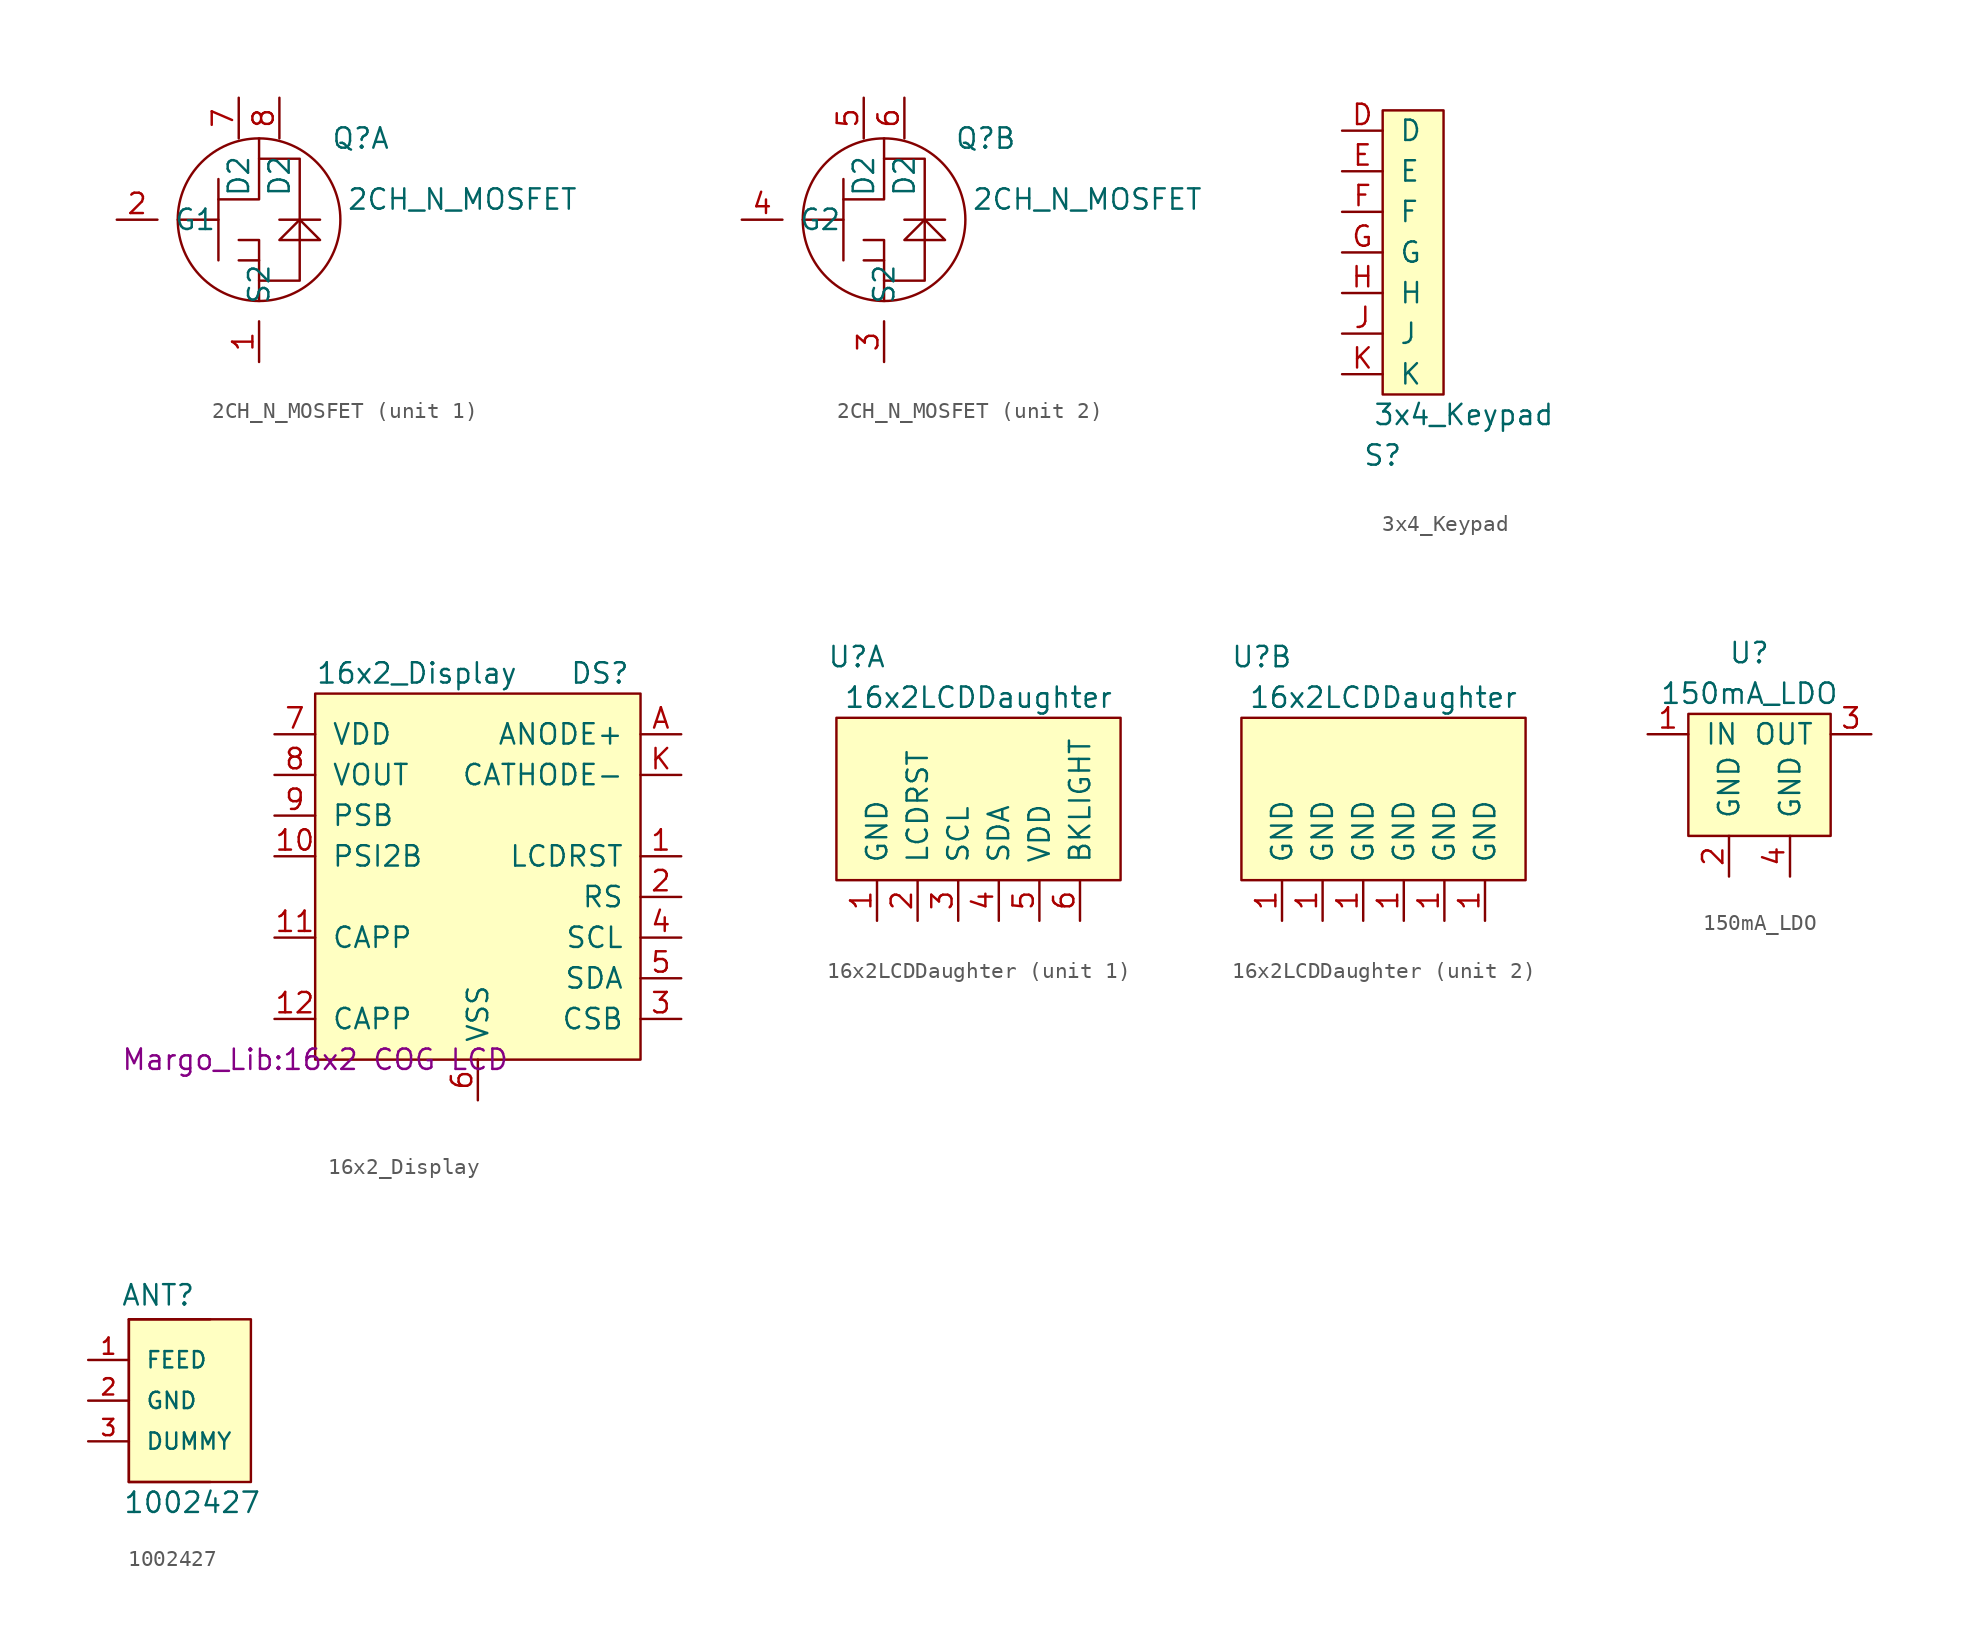
<source format=kicad_sym>
(kicad_symbol_lib
  (version 20211014)
  (generator kicad_symbol_editor)
  (symbol "2CH_N_MOSFET"
    (pin_names
      (offset 1.016))
    (property "Reference" "Q"
      (at 6.35 5.08 0)
      (effects (font (size 1.27 1.27))))
    (property "Value" "2CH_N_MOSFET"
      (at 12.7 1.27 0)
      (effects (font (size 1.27 1.27))))
    (property "ki_locked" ""
      (at 0 0 0)
      (effects (font (size 1.27 1.27))))
    (symbol "2CH_N_MOSFET_0_1"
      (polyline (pts (xy -5.08 0) (xy -2.54 0)) (stroke (width 0) (type default) (color 0 0 0 0)) (fill (type none)))
      (polyline (pts (xy -2.54 2.54) (xy -2.54 -2.54)) (stroke (width 0) (type default) (color 0 0 0 0)) (fill (type none)))
      (polyline (pts (xy 0 -2.54) (xy -1.27 -2.54)) (stroke (width 0) (type default) (color 0 0 0 0)) (fill (type none)))
      (polyline (pts (xy 1.27 0) (xy 3.81 0)) (stroke (width 0) (type default) (color 0 0 0 0)) (fill (type none)))
      (polyline (pts (xy 0 -5.08) (xy 0 -1.27) (xy -1.27 -1.27)) (stroke (width 0) (type default) (color 0 0 0 0)) (fill (type none)))
      (polyline (pts (xy 0 5.08) (xy 0 1.27) (xy -2.54 1.27)) (stroke (width 0) (type default) (color 0 0 0 0)) (fill (type none)))
      (polyline (pts (xy 0 -3.81) (xy 2.54 -3.81) (xy 2.54 3.81) (xy 0 3.81)) (stroke (width 0) (type default) (color 0 0 0 0)) (fill (type none)))
      (polyline (pts (xy 1.27 -1.27) (xy 3.81 -1.27) (xy 2.54 0) (xy 1.27 -1.27)) (stroke (width 0) (type default) (color 0 0 0 0)) (fill (type none)))
      (circle (center 0 0) (radius 5.08) (stroke (width 0) (type default) (color 0 0 0 0)) (fill (type none))))
    (symbol "2CH_N_MOSFET_1_1"
      (pin input line (at 0 -8.89 90) (length 2.54) (name "S2" (effects (font (size 1.27 1.27)))) (number "1" (effects (font (size 1.27 1.27)))))
      (pin input line (at -8.89 0 0) (length 2.54) (name "G1" (effects (font (size 1.27 1.27)))) (number "2" (effects (font (size 1.27 1.27)))))
      (pin input line (at -1.27 7.62 270) (length 2.54) (name "D2" (effects (font (size 1.27 1.27)))) (number "7" (effects (font (size 1.27 1.27)))))
      (pin input line (at 1.27 7.62 270) (length 2.54) (name "D2" (effects (font (size 1.27 1.27)))) (number "8" (effects (font (size 1.27 1.27))))))
    (symbol "2CH_N_MOSFET_2_1"
      (pin input line (at 0 -8.89 90) (length 2.54) (name "S2" (effects (font (size 1.27 1.27)))) (number "3" (effects (font (size 1.27 1.27)))))
      (pin input line (at -8.89 0 0) (length 2.54) (name "G2" (effects (font (size 1.27 1.27)))) (number "4" (effects (font (size 1.27 1.27)))))
      (pin input line (at -1.27 7.62 270) (length 2.54) (name "D2" (effects (font (size 1.27 1.27)))) (number "5" (effects (font (size 1.27 1.27)))))
      (pin input line (at 1.27 7.62 270) (length 2.54) (name "D2" (effects (font (size 1.27 1.27)))) (number "6" (effects (font (size 1.27 1.27)))))))
  (symbol "3x4_Keypad"
    (pin_names
      (offset 1.016))
    (property "Reference" "S"
      (at 0 -3.81 0)
      (effects (font (size 1.27 1.27))))
    (property "Value" "3x4_Keypad"
      (at 5.08 -1.27 0)
      (effects (font (size 1.27 1.27))))
    (symbol "3x4_Keypad_0_1"
      (rectangle (start 0 0) (end 3.81 17.78) (stroke (width 0) (type default) (color 0 0 0 0)) (fill (type background))))
    (symbol "3x4_Keypad_1_1"
      (pin output line (at -2.54 16.51 0) (length 2.54) (name "D" (effects (font (size 1.27 1.27)))) (number "D" (effects (font (size 1.27 1.27)))))
      (pin output line (at -2.54 13.97 0) (length 2.54) (name "E" (effects (font (size 1.27 1.27)))) (number "E" (effects (font (size 1.27 1.27)))))
      (pin output line (at -2.54 11.43 0) (length 2.54) (name "F" (effects (font (size 1.27 1.27)))) (number "F" (effects (font (size 1.27 1.27)))))
      (pin output line (at -2.54 8.89 0) (length 2.54) (name "G" (effects (font (size 1.27 1.27)))) (number "G" (effects (font (size 1.27 1.27)))))
      (pin output line (at -2.54 6.35 0) (length 2.54) (name "H" (effects (font (size 1.27 1.27)))) (number "H" (effects (font (size 1.27 1.27)))))
      (pin output line (at -2.54 3.81 0) (length 2.54) (name "J" (effects (font (size 1.27 1.27)))) (number "J" (effects (font (size 1.27 1.27)))))
      (pin output line (at -2.54 1.27 0) (length 2.54) (name "K" (effects (font (size 1.27 1.27)))) (number "K" (effects (font (size 1.27 1.27)))))))
  (symbol "16x2_Display"
    (pin_names
      (offset 1.016))
    (property "Reference" "DS"
      (at 17.78 24.13 0)
      (effects (font (size 1.27 1.27))))
    (property "Value" "16x2_Display"
      (at 6.35 24.13 0)
      (effects (font (size 1.27 1.27))))
    (property "Footprint" "Margo_Lib:16x2 COG LCD"
      (at 0 0 0)
      (effects (font (size 1.27 1.27))))
    (symbol "16x2_Display_0_1"
      (rectangle (start 0 0) (end 20.32 22.86) (stroke (width 0) (type default) (color 0 0 0 0)) (fill (type background))))
    (symbol "16x2_Display_1_1"
      (pin input line (at 22.86 12.7 180) (length 2.54) (name "LCDRST" (effects (font (size 1.27 1.27)))) (number "1" (effects (font (size 1.27 1.27)))))
      (pin input line (at -2.54 12.7 0) (length 2.54) (name "PSI2B" (effects (font (size 1.27 1.27)))) (number "10" (effects (font (size 1.27 1.27)))))
      (pin input line (at -2.54 7.62 0) (length 2.54) (name "CAPP" (effects (font (size 1.27 1.27)))) (number "11" (effects (font (size 1.27 1.27)))))
      (pin input line (at -2.54 2.54 0) (length 2.54) (name "CAPP" (effects (font (size 1.27 1.27)))) (number "12" (effects (font (size 1.27 1.27)))))
      (pin input line (at 22.86 10.16 180) (length 2.54) (name "RS" (effects (font (size 1.27 1.27)))) (number "2" (effects (font (size 1.27 1.27)))))
      (pin input line (at 22.86 2.54 180) (length 2.54) (name "CSB" (effects (font (size 1.27 1.27)))) (number "3" (effects (font (size 1.27 1.27)))))
      (pin input line (at 22.86 7.62 180) (length 2.54) (name "SCL" (effects (font (size 1.27 1.27)))) (number "4" (effects (font (size 1.27 1.27)))))
      (pin input line (at 22.86 5.08 180) (length 2.54) (name "SDA" (effects (font (size 1.27 1.27)))) (number "5" (effects (font (size 1.27 1.27)))))
      (pin input line (at 10.16 -2.54 90) (length 2.54) (name "VSS" (effects (font (size 1.27 1.27)))) (number "6" (effects (font (size 1.27 1.27)))))
      (pin input line (at -2.54 20.32 0) (length 2.54) (name "VDD" (effects (font (size 1.27 1.27)))) (number "7" (effects (font (size 1.27 1.27)))))
      (pin input line (at -2.54 17.78 0) (length 2.54) (name "VOUT" (effects (font (size 1.27 1.27)))) (number "8" (effects (font (size 1.27 1.27)))))
      (pin input line (at -2.54 15.24 0) (length 2.54) (name "PSB" (effects (font (size 1.27 1.27)))) (number "9" (effects (font (size 1.27 1.27)))))
      (pin input line (at 22.86 20.32 180) (length 2.54) (name "ANODE+" (effects (font (size 1.27 1.27)))) (number "A" (effects (font (size 1.27 1.27)))))
      (pin input line (at 22.86 17.78 180) (length 2.54) (name "CATHODE-" (effects (font (size 1.27 1.27)))) (number "K" (effects (font (size 1.27 1.27)))))))
  (symbol "16x2LCDDaughter"
    (pin_names
      (offset 1.016))
    (property "Reference" "U"
      (at 1.27 13.97 0)
      (effects (font (size 1.27 1.27))))
    (property "Value" "16x2LCDDaughter"
      (at 8.89 11.43 0)
      (effects (font (size 1.27 1.27))))
    (property "ki_locked" ""
      (at 0 0 0)
      (effects (font (size 1.27 1.27))))
    (symbol "16x2LCDDaughter_0_1"
      (rectangle (start 0 0) (end 17.78 10.16) (stroke (width 0) (type default) (color 0 0 0 0)) (fill (type background))))
    (symbol "16x2LCDDaughter_1_1"
      (pin output line (at 2.54 -2.54 90) (length 2.54) (name "GND" (effects (font (size 1.27 1.27)))) (number "1" (effects (font (size 1.27 1.27)))))
      (pin input line (at 5.08 -2.54 90) (length 2.54) (name "LCDRST" (effects (font (size 1.27 1.27)))) (number "2" (effects (font (size 1.27 1.27)))))
      (pin input line (at 7.62 -2.54 90) (length 2.54) (name "SCL" (effects (font (size 1.27 1.27)))) (number "3" (effects (font (size 1.27 1.27)))))
      (pin input line (at 10.16 -2.54 90) (length 2.54) (name "SDA" (effects (font (size 1.27 1.27)))) (number "4" (effects (font (size 1.27 1.27)))))
      (pin output line (at 12.7 -2.54 90) (length 2.54) (name "VDD" (effects (font (size 1.27 1.27)))) (number "5" (effects (font (size 1.27 1.27)))))
      (pin input line (at 15.24 -2.54 90) (length 2.54) (name "BKLIGHT" (effects (font (size 1.27 1.27)))) (number "6" (effects (font (size 1.27 1.27))))))
    (symbol "16x2LCDDaughter_2_1"
      (pin output line (at 2.54 -2.54 90) (length 2.54) (name "GND" (effects (font (size 1.27 1.27)))) (number "1" (effects (font (size 1.27 1.27)))))
      (pin output line (at 5.08 -2.54 90) (length 2.54) (name "GND" (effects (font (size 1.27 1.27)))) (number "1" (effects (font (size 1.27 1.27)))))
      (pin output line (at 7.62 -2.54 90) (length 2.54) (name "GND" (effects (font (size 1.27 1.27)))) (number "1" (effects (font (size 1.27 1.27)))))
      (pin output line (at 10.16 -2.54 90) (length 2.54) (name "GND" (effects (font (size 1.27 1.27)))) (number "1" (effects (font (size 1.27 1.27)))))
      (pin output line (at 12.7 -2.54 90) (length 2.54) (name "GND" (effects (font (size 1.27 1.27)))) (number "1" (effects (font (size 1.27 1.27)))))
      (pin output line (at 15.24 -2.54 90) (length 2.54) (name "GND" (effects (font (size 1.27 1.27)))) (number "1" (effects (font (size 1.27 1.27)))))))
  (symbol "150mA_LDO"
    (power)
    (pin_names
      (offset 1.016))
    (property "Reference" "U"
      (at 3.81 8.89 0)
      (effects (font (size 1.27 1.27))))
    (property "Value" "150mA_LDO"
      (at 3.81 6.35 0)
      (effects (font (size 1.27 1.27))))
    (symbol "150mA_LDO_0_1"
      (rectangle (start 0 -2.54) (end 8.89 5.08) (stroke (width 0) (type default) (color 0 0 0 0)) (fill (type background))))
    (symbol "150mA_LDO_1_1"
      (pin power_in line (at -2.54 3.81 0) (length 2.54) (name "IN" (effects (font (size 1.27 1.27)))) (number "1" (effects (font (size 1.27 1.27)))))
      (pin power_in line (at 2.54 -5.08 90) (length 2.54) (name "GND" (effects (font (size 1.27 1.27)))) (number "2" (effects (font (size 1.27 1.27)))))
      (pin power_out line (at 11.43 3.81 180) (length 2.54) (name "OUT" (effects (font (size 1.27 1.27)))) (number "3" (effects (font (size 1.27 1.27)))))
      (pin power_in line (at 6.35 -5.08 90) (length 2.54) (name "GND" (effects (font (size 1.27 1.27)))) (number "4" (effects (font (size 1.27 1.27)))))))
  (symbol "1002427"
    (pin_names
      (offset 1.016))
    (property "Reference" "ANT"
      (at -3.048 5.842 0)
      (effects (font (size 1.27 1.27)) (justify left bottom)))
    (property "Value" "1002427"
      (at -2.921 -7.112 0)
      (effects (font (size 1.27 1.27)) (justify left bottom)))
    (symbol "1002427_0_0"
      (polyline (pts (xy -2.54 -5.08) (xy -2.54 5.08)) (stroke (width 0.152) (type default) (color 0 0 0 0)) (fill (type none)))
      (polyline (pts (xy -2.54 5.08) (xy 2.54 5.08)) (stroke (width 0.152) (type default) (color 0 0 0 0)) (fill (type none)))
      (polyline (pts (xy 2.54 -5.08) (xy -2.54 -5.08)) (stroke (width 0.152) (type default) (color 0 0 0 0)) (fill (type none)))
      (pin passive line (at -5.08 2.54 0) (length 2.54) (name "FEED" (effects (font (size 1.016 1.016)))) (number "1" (effects (font (size 1.016 1.016)))))
      (pin passive line (at -5.08 0 0) (length 2.54) (name "GND" (effects (font (size 1.016 1.016)))) (number "2" (effects (font (size 1.016 1.016)))))
      (pin passive line (at -5.08 -2.54 0) (length 2.54) (name "DUMMY" (effects (font (size 1.016 1.016)))) (number "3" (effects (font (size 1.016 1.016))))))
    (symbol "1002427_1_1"
      (rectangle (start -2.54 -5.08) (end 5.08 5.08) (stroke (width 0) (type default) (color 0 0 0 0)) (fill (type background))))))
</source>
